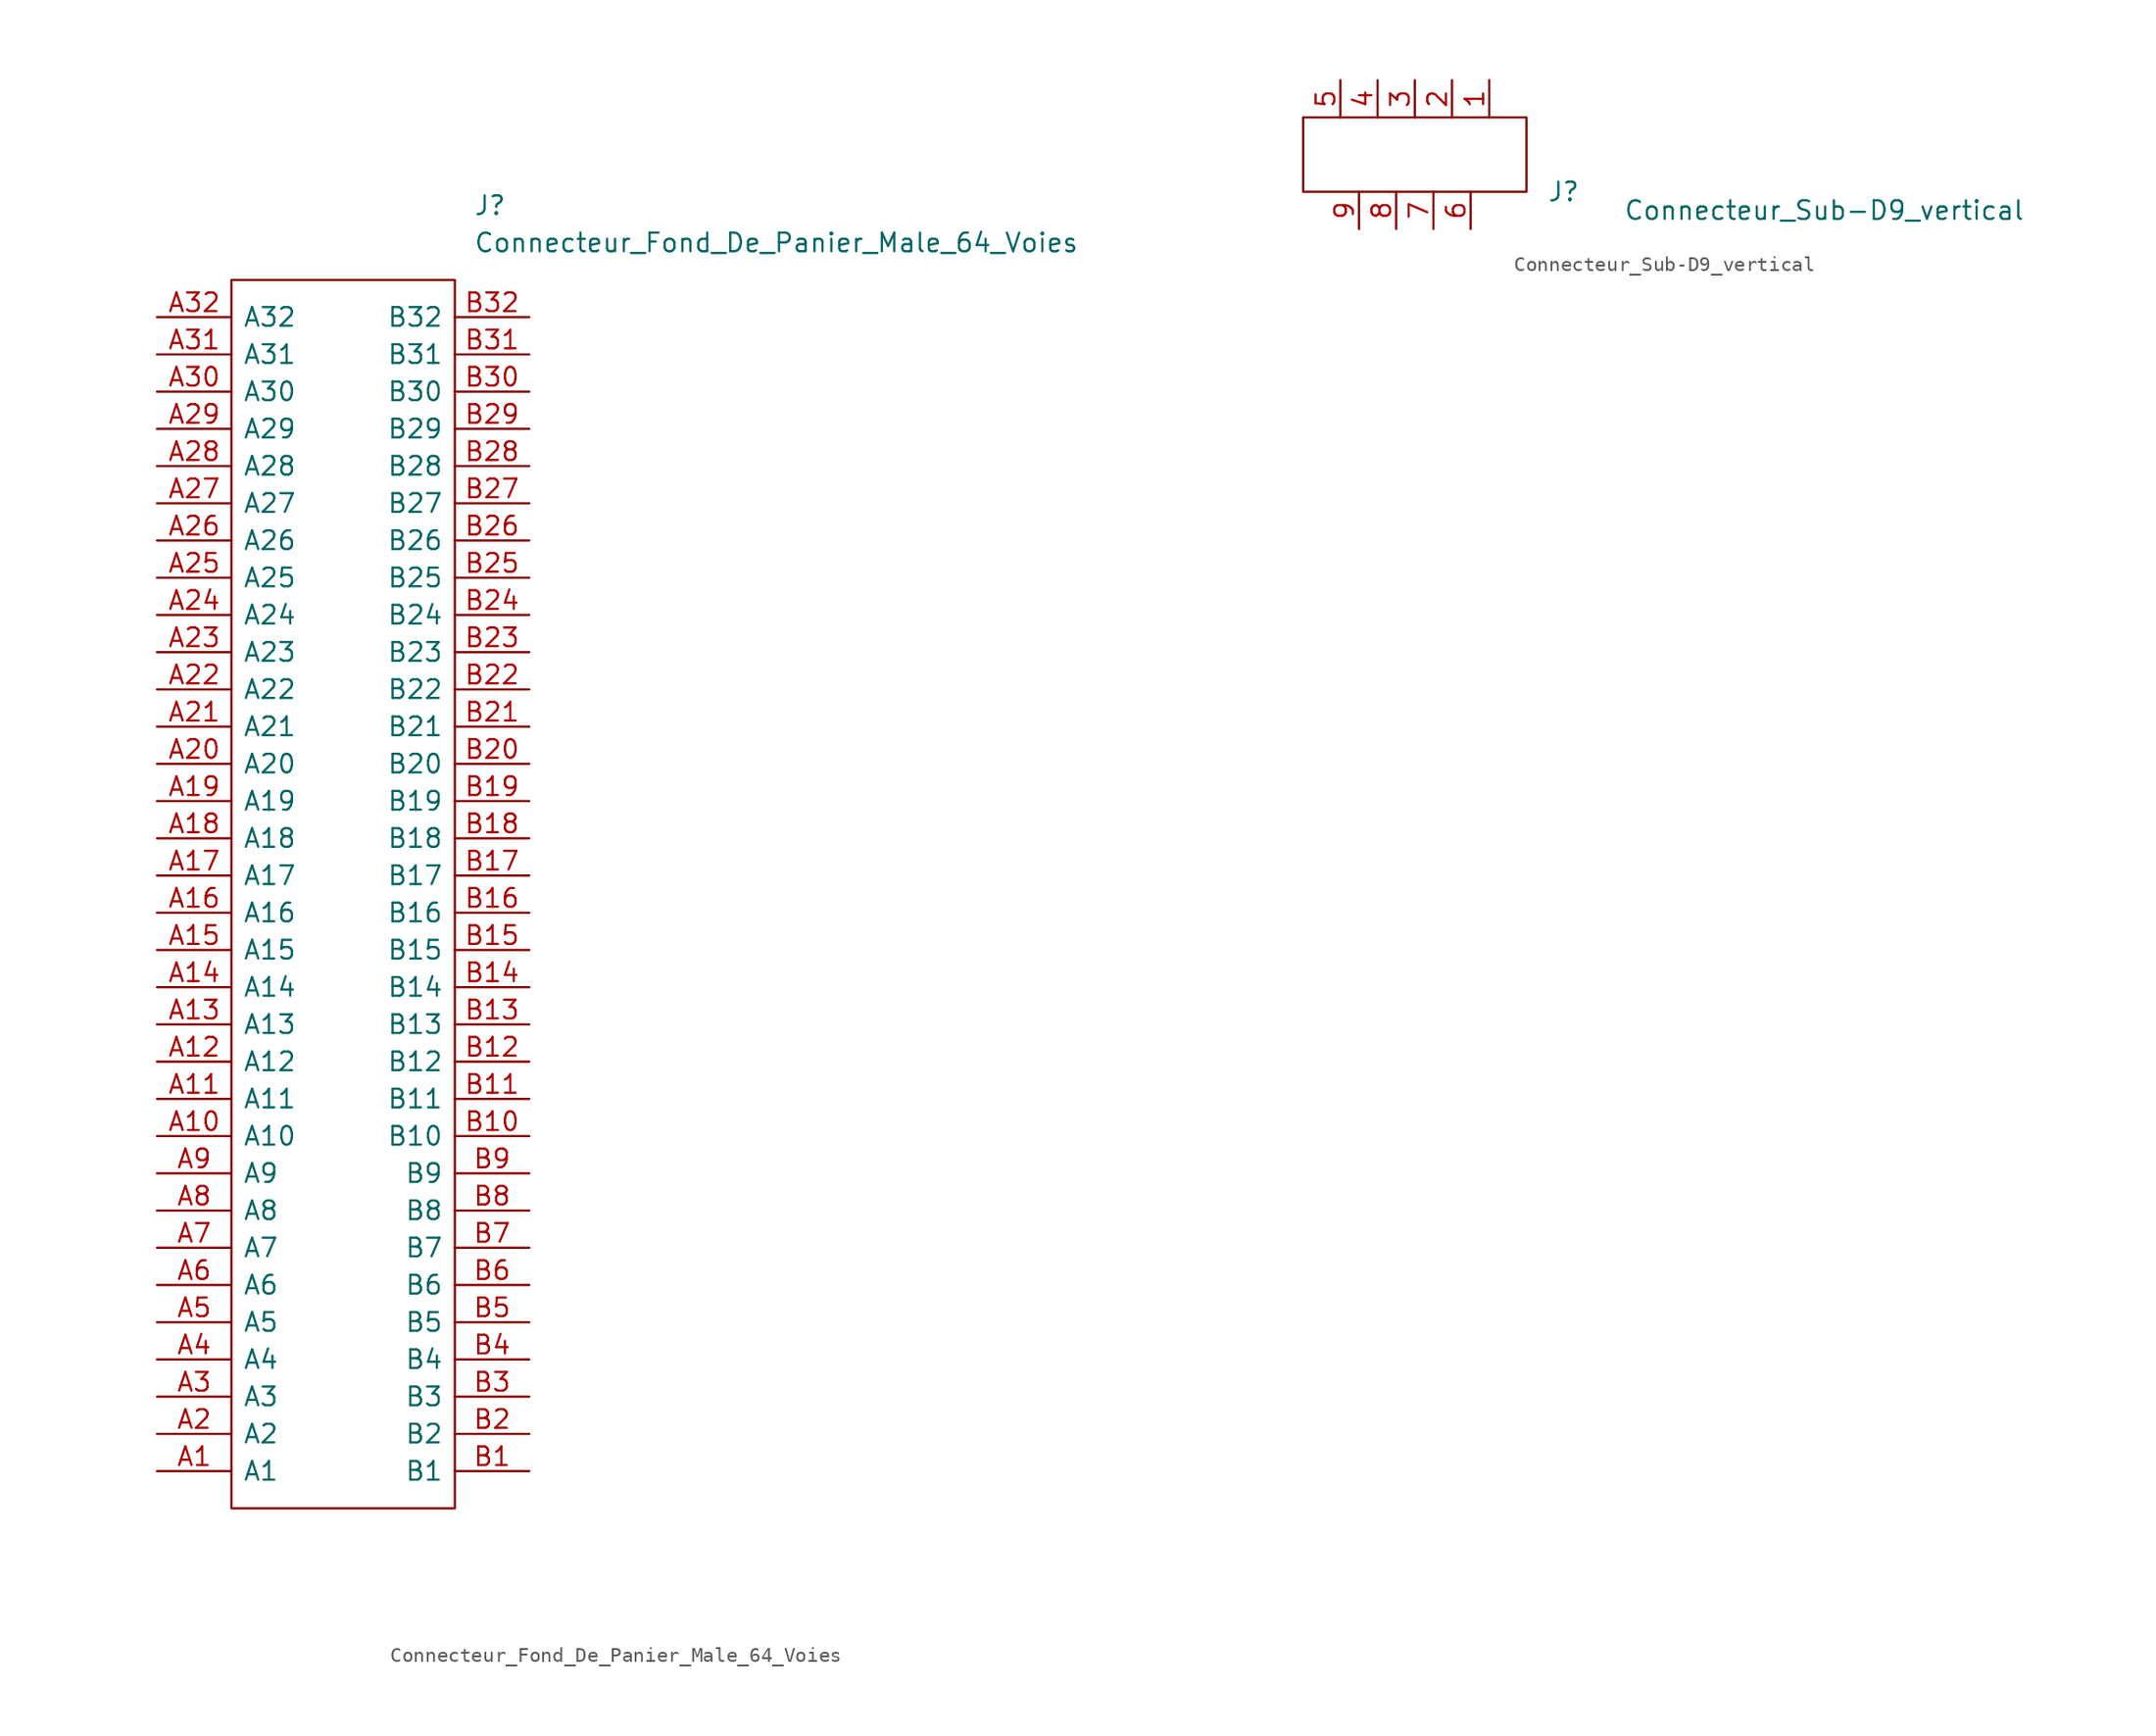
<source format=kicad_sym>
(kicad_symbol_lib
  (version 20211014)
  (generator kicad_symbol_editor)
  (symbol "Connecteur_Fond_De_Panier_Male_64_Voies"
    (pin_names
      (offset 0.762))
    (property "Reference" "J"
      (at 21.59 7.62 0)
      (effects (font (size 1.27 1.27)) (justify left)))
    (property "Value" "Connecteur_Fond_De_Panier_Male_64_Voies"
      (at 21.59 5.08 0)
      (effects (font (size 1.27 1.27)) (justify left)))
    (symbol "Connecteur_Fond_De_Panier_Male_64_Voies_0_0"
      (pin passive line (at 0 -78.74 0) (length 5.08) (name "A1" (effects (font (size 1.27 1.27)))) (number "A1" (effects (font (size 1.27 1.27)))))
      (pin passive line (at 0 -55.88 0) (length 5.08) (name "A10" (effects (font (size 1.27 1.27)))) (number "A10" (effects (font (size 1.27 1.27)))))
      (pin passive line (at 0 -53.34 0) (length 5.08) (name "A11" (effects (font (size 1.27 1.27)))) (number "A11" (effects (font (size 1.27 1.27)))))
      (pin passive line (at 0 -50.8 0) (length 5.08) (name "A12" (effects (font (size 1.27 1.27)))) (number "A12" (effects (font (size 1.27 1.27)))))
      (pin passive line (at 0 -48.26 0) (length 5.08) (name "A13" (effects (font (size 1.27 1.27)))) (number "A13" (effects (font (size 1.27 1.27)))))
      (pin passive line (at 0 -45.72 0) (length 5.08) (name "A14" (effects (font (size 1.27 1.27)))) (number "A14" (effects (font (size 1.27 1.27)))))
      (pin passive line (at 0 -43.18 0) (length 5.08) (name "A15" (effects (font (size 1.27 1.27)))) (number "A15" (effects (font (size 1.27 1.27)))))
      (pin passive line (at 0 -40.64 0) (length 5.08) (name "A16" (effects (font (size 1.27 1.27)))) (number "A16" (effects (font (size 1.27 1.27)))))
      (pin passive line (at 0 -38.1 0) (length 5.08) (name "A17" (effects (font (size 1.27 1.27)))) (number "A17" (effects (font (size 1.27 1.27)))))
      (pin passive line (at 0 -35.56 0) (length 5.08) (name "A18" (effects (font (size 1.27 1.27)))) (number "A18" (effects (font (size 1.27 1.27)))))
      (pin passive line (at 0 -33.02 0) (length 5.08) (name "A19" (effects (font (size 1.27 1.27)))) (number "A19" (effects (font (size 1.27 1.27)))))
      (pin passive line (at 0 -76.2 0) (length 5.08) (name "A2" (effects (font (size 1.27 1.27)))) (number "A2" (effects (font (size 1.27 1.27)))))
      (pin passive line (at 0 -30.48 0) (length 5.08) (name "A20" (effects (font (size 1.27 1.27)))) (number "A20" (effects (font (size 1.27 1.27)))))
      (pin passive line (at 0 -27.94 0) (length 5.08) (name "A21" (effects (font (size 1.27 1.27)))) (number "A21" (effects (font (size 1.27 1.27)))))
      (pin passive line (at 0 -25.4 0) (length 5.08) (name "A22" (effects (font (size 1.27 1.27)))) (number "A22" (effects (font (size 1.27 1.27)))))
      (pin passive line (at 0 -22.86 0) (length 5.08) (name "A23" (effects (font (size 1.27 1.27)))) (number "A23" (effects (font (size 1.27 1.27)))))
      (pin passive line (at 0 -20.32 0) (length 5.08) (name "A24" (effects (font (size 1.27 1.27)))) (number "A24" (effects (font (size 1.27 1.27)))))
      (pin passive line (at 0 -17.78 0) (length 5.08) (name "A25" (effects (font (size 1.27 1.27)))) (number "A25" (effects (font (size 1.27 1.27)))))
      (pin passive line (at 0 -15.24 0) (length 5.08) (name "A26" (effects (font (size 1.27 1.27)))) (number "A26" (effects (font (size 1.27 1.27)))))
      (pin passive line (at 0 -12.7 0) (length 5.08) (name "A27" (effects (font (size 1.27 1.27)))) (number "A27" (effects (font (size 1.27 1.27)))))
      (pin passive line (at 0 -10.16 0) (length 5.08) (name "A28" (effects (font (size 1.27 1.27)))) (number "A28" (effects (font (size 1.27 1.27)))))
      (pin passive line (at 0 -7.62 0) (length 5.08) (name "A29" (effects (font (size 1.27 1.27)))) (number "A29" (effects (font (size 1.27 1.27)))))
      (pin passive line (at 0 -73.66 0) (length 5.08) (name "A3" (effects (font (size 1.27 1.27)))) (number "A3" (effects (font (size 1.27 1.27)))))
      (pin passive line (at 0 -5.08 0) (length 5.08) (name "A30" (effects (font (size 1.27 1.27)))) (number "A30" (effects (font (size 1.27 1.27)))))
      (pin passive line (at 0 -2.54 0) (length 5.08) (name "A31" (effects (font (size 1.27 1.27)))) (number "A31" (effects (font (size 1.27 1.27)))))
      (pin passive line (at 0 0 0) (length 5.08) (name "A32" (effects (font (size 1.27 1.27)))) (number "A32" (effects (font (size 1.27 1.27)))))
      (pin passive line (at 0 -71.12 0) (length 5.08) (name "A4" (effects (font (size 1.27 1.27)))) (number "A4" (effects (font (size 1.27 1.27)))))
      (pin passive line (at 0 -68.58 0) (length 5.08) (name "A5" (effects (font (size 1.27 1.27)))) (number "A5" (effects (font (size 1.27 1.27)))))
      (pin passive line (at 0 -66.04 0) (length 5.08) (name "A6" (effects (font (size 1.27 1.27)))) (number "A6" (effects (font (size 1.27 1.27)))))
      (pin passive line (at 0 -63.5 0) (length 5.08) (name "A7" (effects (font (size 1.27 1.27)))) (number "A7" (effects (font (size 1.27 1.27)))))
      (pin passive line (at 0 -60.96 0) (length 5.08) (name "A8" (effects (font (size 1.27 1.27)))) (number "A8" (effects (font (size 1.27 1.27)))))
      (pin passive line (at 0 -58.42 0) (length 5.08) (name "A9" (effects (font (size 1.27 1.27)))) (number "A9" (effects (font (size 1.27 1.27)))))
      (pin passive line (at 25.4 -78.74 180) (length 5.08) (name "B1" (effects (font (size 1.27 1.27)))) (number "B1" (effects (font (size 1.27 1.27)))))
      (pin passive line (at 25.4 -55.88 180) (length 5.08) (name "B10" (effects (font (size 1.27 1.27)))) (number "B10" (effects (font (size 1.27 1.27)))))
      (pin passive line (at 25.4 -53.34 180) (length 5.08) (name "B11" (effects (font (size 1.27 1.27)))) (number "B11" (effects (font (size 1.27 1.27)))))
      (pin passive line (at 25.4 -50.8 180) (length 5.08) (name "B12" (effects (font (size 1.27 1.27)))) (number "B12" (effects (font (size 1.27 1.27)))))
      (pin passive line (at 25.4 -48.26 180) (length 5.08) (name "B13" (effects (font (size 1.27 1.27)))) (number "B13" (effects (font (size 1.27 1.27)))))
      (pin passive line (at 25.4 -45.72 180) (length 5.08) (name "B14" (effects (font (size 1.27 1.27)))) (number "B14" (effects (font (size 1.27 1.27)))))
      (pin passive line (at 25.4 -43.18 180) (length 5.08) (name "B15" (effects (font (size 1.27 1.27)))) (number "B15" (effects (font (size 1.27 1.27)))))
      (pin passive line (at 25.4 -40.64 180) (length 5.08) (name "B16" (effects (font (size 1.27 1.27)))) (number "B16" (effects (font (size 1.27 1.27)))))
      (pin passive line (at 25.4 -38.1 180) (length 5.08) (name "B17" (effects (font (size 1.27 1.27)))) (number "B17" (effects (font (size 1.27 1.27)))))
      (pin passive line (at 25.4 -35.56 180) (length 5.08) (name "B18" (effects (font (size 1.27 1.27)))) (number "B18" (effects (font (size 1.27 1.27)))))
      (pin passive line (at 25.4 -33.02 180) (length 5.08) (name "B19" (effects (font (size 1.27 1.27)))) (number "B19" (effects (font (size 1.27 1.27)))))
      (pin passive line (at 25.4 -76.2 180) (length 5.08) (name "B2" (effects (font (size 1.27 1.27)))) (number "B2" (effects (font (size 1.27 1.27)))))
      (pin passive line (at 25.4 -30.48 180) (length 5.08) (name "B20" (effects (font (size 1.27 1.27)))) (number "B20" (effects (font (size 1.27 1.27)))))
      (pin passive line (at 25.4 -27.94 180) (length 5.08) (name "B21" (effects (font (size 1.27 1.27)))) (number "B21" (effects (font (size 1.27 1.27)))))
      (pin passive line (at 25.4 -25.4 180) (length 5.08) (name "B22" (effects (font (size 1.27 1.27)))) (number "B22" (effects (font (size 1.27 1.27)))))
      (pin passive line (at 25.4 -22.86 180) (length 5.08) (name "B23" (effects (font (size 1.27 1.27)))) (number "B23" (effects (font (size 1.27 1.27)))))
      (pin passive line (at 25.4 -20.32 180) (length 5.08) (name "B24" (effects (font (size 1.27 1.27)))) (number "B24" (effects (font (size 1.27 1.27)))))
      (pin passive line (at 25.4 -17.78 180) (length 5.08) (name "B25" (effects (font (size 1.27 1.27)))) (number "B25" (effects (font (size 1.27 1.27)))))
      (pin passive line (at 25.4 -15.24 180) (length 5.08) (name "B26" (effects (font (size 1.27 1.27)))) (number "B26" (effects (font (size 1.27 1.27)))))
      (pin passive line (at 25.4 -12.7 180) (length 5.08) (name "B27" (effects (font (size 1.27 1.27)))) (number "B27" (effects (font (size 1.27 1.27)))))
      (pin passive line (at 25.4 -10.16 180) (length 5.08) (name "B28" (effects (font (size 1.27 1.27)))) (number "B28" (effects (font (size 1.27 1.27)))))
      (pin passive line (at 25.4 -7.62 180) (length 5.08) (name "B29" (effects (font (size 1.27 1.27)))) (number "B29" (effects (font (size 1.27 1.27)))))
      (pin passive line (at 25.4 -73.66 180) (length 5.08) (name "B3" (effects (font (size 1.27 1.27)))) (number "B3" (effects (font (size 1.27 1.27)))))
      (pin passive line (at 25.4 -5.08 180) (length 5.08) (name "B30" (effects (font (size 1.27 1.27)))) (number "B30" (effects (font (size 1.27 1.27)))))
      (pin passive line (at 25.4 -2.54 180) (length 5.08) (name "B31" (effects (font (size 1.27 1.27)))) (number "B31" (effects (font (size 1.27 1.27)))))
      (pin passive line (at 25.4 0 180) (length 5.08) (name "B32" (effects (font (size 1.27 1.27)))) (number "B32" (effects (font (size 1.27 1.27)))))
      (pin passive line (at 25.4 -71.12 180) (length 5.08) (name "B4" (effects (font (size 1.27 1.27)))) (number "B4" (effects (font (size 1.27 1.27)))))
      (pin passive line (at 25.4 -68.58 180) (length 5.08) (name "B5" (effects (font (size 1.27 1.27)))) (number "B5" (effects (font (size 1.27 1.27)))))
      (pin passive line (at 25.4 -66.04 180) (length 5.08) (name "B6" (effects (font (size 1.27 1.27)))) (number "B6" (effects (font (size 1.27 1.27)))))
      (pin passive line (at 25.4 -63.5 180) (length 5.08) (name "B7" (effects (font (size 1.27 1.27)))) (number "B7" (effects (font (size 1.27 1.27)))))
      (pin passive line (at 25.4 -60.96 180) (length 5.08) (name "B8" (effects (font (size 1.27 1.27)))) (number "B8" (effects (font (size 1.27 1.27)))))
      (pin passive line (at 25.4 -58.42 180) (length 5.08) (name "B9" (effects (font (size 1.27 1.27)))) (number "B9" (effects (font (size 1.27 1.27))))))
    (symbol "Connecteur_Fond_De_Panier_Male_64_Voies_0_1"
      (polyline (pts (xy 5.08 2.54) (xy 20.32 2.54) (xy 20.32 -81.28) (xy 5.08 -81.28) (xy 5.08 2.54)) (stroke (width 0.152) (type default) (color 0 0 0 0)) (fill (type none)))))
  (symbol "Connecteur_Sub-D9_vertical"
    (pin_names
      (offset 1.016))
    (property "Reference" "J"
      (at 10.16 -2.54 0)
      (effects (font (size 1.27 1.27))))
    (property "Value" "Connecteur_Sub-D9_vertical"
      (at 27.94 -3.81 0)
      (effects (font (size 1.27 1.27))))
    (symbol "Connecteur_Sub-D9_vertical_0_1"
      (rectangle (start -7.62 2.54) (end 7.62 -2.54) (stroke (width 0) (type default) (color 0 0 0 0)) (fill (type none))))
    (symbol "Connecteur_Sub-D9_vertical_1_1"
      (pin input line (at 5.08 5.08 270) (length 2.54) (name "~" (effects (font (size 1.27 1.27)))) (number "1" (effects (font (size 1.27 1.27)))))
      (pin input line (at 2.54 5.08 270) (length 2.54) (name "~" (effects (font (size 1.27 1.27)))) (number "2" (effects (font (size 1.27 1.27)))))
      (pin input line (at 0 5.08 270) (length 2.54) (name "~" (effects (font (size 1.27 1.27)))) (number "3" (effects (font (size 1.27 1.27)))))
      (pin input line (at -2.54 5.08 270) (length 2.54) (name "~" (effects (font (size 1.27 1.27)))) (number "4" (effects (font (size 1.27 1.27)))))
      (pin input line (at -5.08 5.08 270) (length 2.54) (name "~" (effects (font (size 1.27 1.27)))) (number "5" (effects (font (size 1.27 1.27)))))
      (pin input line (at 3.81 -5.08 90) (length 2.54) (name "~" (effects (font (size 1.27 1.27)))) (number "6" (effects (font (size 1.27 1.27)))))
      (pin input line (at 1.27 -5.08 90) (length 2.54) (name "~" (effects (font (size 1.27 1.27)))) (number "7" (effects (font (size 1.27 1.27)))))
      (pin input line (at -1.27 -5.08 90) (length 2.54) (name "~" (effects (font (size 1.27 1.27)))) (number "8" (effects (font (size 1.27 1.27)))))
      (pin input line (at -3.81 -5.08 90) (length 2.54) (name "~" (effects (font (size 1.27 1.27)))) (number "9" (effects (font (size 1.27 1.27))))))))
</source>
